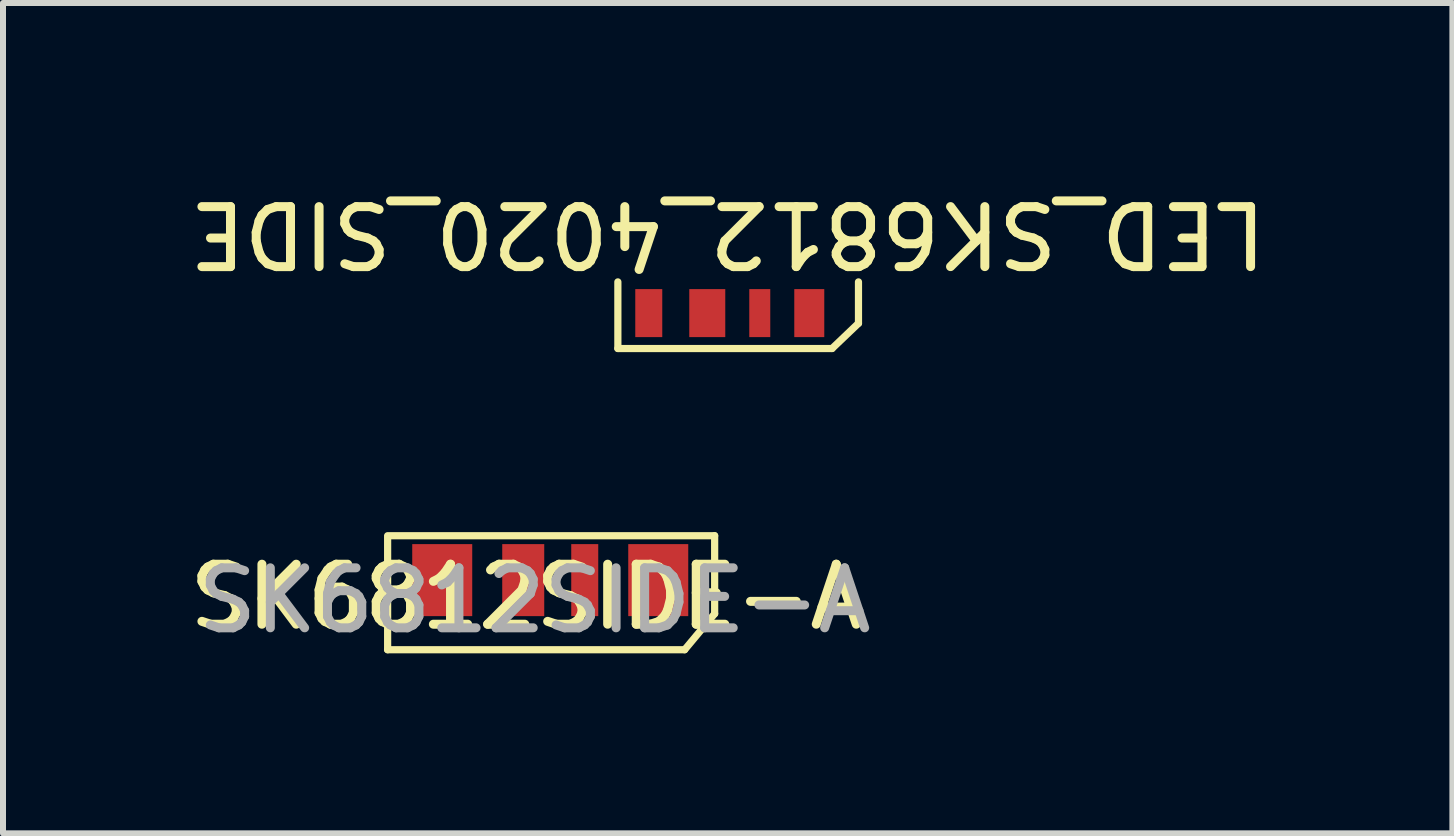
<source format=kicad_pcb>
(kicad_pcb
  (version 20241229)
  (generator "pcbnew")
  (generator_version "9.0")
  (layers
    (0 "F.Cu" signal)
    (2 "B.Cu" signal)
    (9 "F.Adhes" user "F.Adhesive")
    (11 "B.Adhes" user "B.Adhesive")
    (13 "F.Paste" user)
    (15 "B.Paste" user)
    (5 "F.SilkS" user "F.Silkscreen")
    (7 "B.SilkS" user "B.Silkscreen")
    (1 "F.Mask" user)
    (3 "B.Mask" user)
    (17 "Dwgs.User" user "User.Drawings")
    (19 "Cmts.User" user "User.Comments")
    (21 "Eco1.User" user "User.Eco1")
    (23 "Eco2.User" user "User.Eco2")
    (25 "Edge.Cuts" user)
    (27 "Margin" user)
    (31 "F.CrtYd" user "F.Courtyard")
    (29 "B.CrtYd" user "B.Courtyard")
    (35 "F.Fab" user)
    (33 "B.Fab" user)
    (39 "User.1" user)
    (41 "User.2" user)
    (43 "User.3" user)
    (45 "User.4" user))
  (footprint "LED_SK6812_4020_SIDE"
    (layer "F.Cu")
    (at 9.167 1.748)
    (property "Reference" "LED_SK6812_4020_SIDE" (at -0.09 -0.9 180) (unlocked yes) (layer "F.SilkS") (effects (font (size 1 1) (thickness 0.15))))
    (attr smd)
    (fp_line (start -1.92 1.01) (end -1.92 -0.1) (stroke (width 0.12) (type solid)) (layer "F.SilkS"))
    (fp_line (start 1.65 1.01) (end -1.92 1.01) (stroke (width 0.12) (type solid)) (layer "F.SilkS"))
    (fp_line (start 1.65 1.01) (end 2.09 0.59) (stroke (width 0.12) (type solid)) (layer "F.SilkS"))
    (fp_line (start 2.09 -0.1) (end 2.09 0.59) (stroke (width 0.12) (type solid)) (layer "F.SilkS"))
    (pad "1" smd rect (at -1.405 0.42) (size 0.45 0.8) (layers "F.Cu" "F.Mask" "F.Paste"))
    (pad "2" smd rect (at -0.43 0.42) (size 0.6 0.8) (layers "F.Cu" "F.Mask" "F.Paste"))
    (pad "3" smd rect (at 0.445 0.42) (size 0.35 0.8) (layers "F.Cu" "F.Mask" "F.Paste"))
    (pad "4" smd rect (at 1.27 0.42) (size 0.5 0.8) (layers "F.Cu" "F.Mask" "F.Paste")))
  (footprint "SK6812SIDE-A"
    (layer "F.Cu")
    (at 6.32 6.618)
    (property "Reference" "SK6812SIDE-A" (at -0.6 0.28 0) (unlocked yes) (layer "F.SilkS") (effects (font (size 1 1) (thickness 0.15))))
    (attr smd)
    (fp_line (start -2.91 -0.74) (end 2.54 -0.74) (stroke (width 0.12) (type solid)) (layer "F.SilkS"))
    (fp_line (start -2.91 1.16) (end -2.91 -0.71) (stroke (width 0.12) (type solid)) (layer "F.SilkS"))
    (fp_line (start 2.04 1.16) (end -2.911 1.16) (stroke (width 0.12) (type solid)) (layer "F.SilkS"))
    (fp_line (start 2.54 -0.74) (end 2.54 0.56) (stroke (width 0.12) (type solid)) (layer "F.SilkS"))
    (fp_line (start 2.54 0.56) (end 2.04 1.16) (stroke (width 0.12) (type solid)) (layer "F.SilkS"))
    (fp_text user "${REFERENCE}" (at -0.46 0.34 0) (unlocked yes) (layer "F.Fab") (effects (font (size 1 1) (thickness 0.15))))
    (pad "1" smd rect (at -2 0 180) (size 1 1.2) (layers "F.Cu" "F.Mask" "F.Paste"))
    (pad "2" smd rect (at -0.65 0 180) (size 0.7 1.2) (layers "F.Cu" "F.Mask" "F.Paste"))
    (pad "3" smd rect (at 0.375 0 180) (size 0.45 1.2) (layers "F.Cu" "F.Mask" "F.Paste"))
    (pad "4" smd rect (at 1.6 0 180) (size 1 1.2) (layers "F.Cu" "F.Mask" "F.Paste")))
  (gr_rect
    (start -3 -3)
    (end 21.155 10.838)
    (stroke (width 0.1) (type default))
    (fill no)
    (layer "Edge.Cuts")))
</source>
